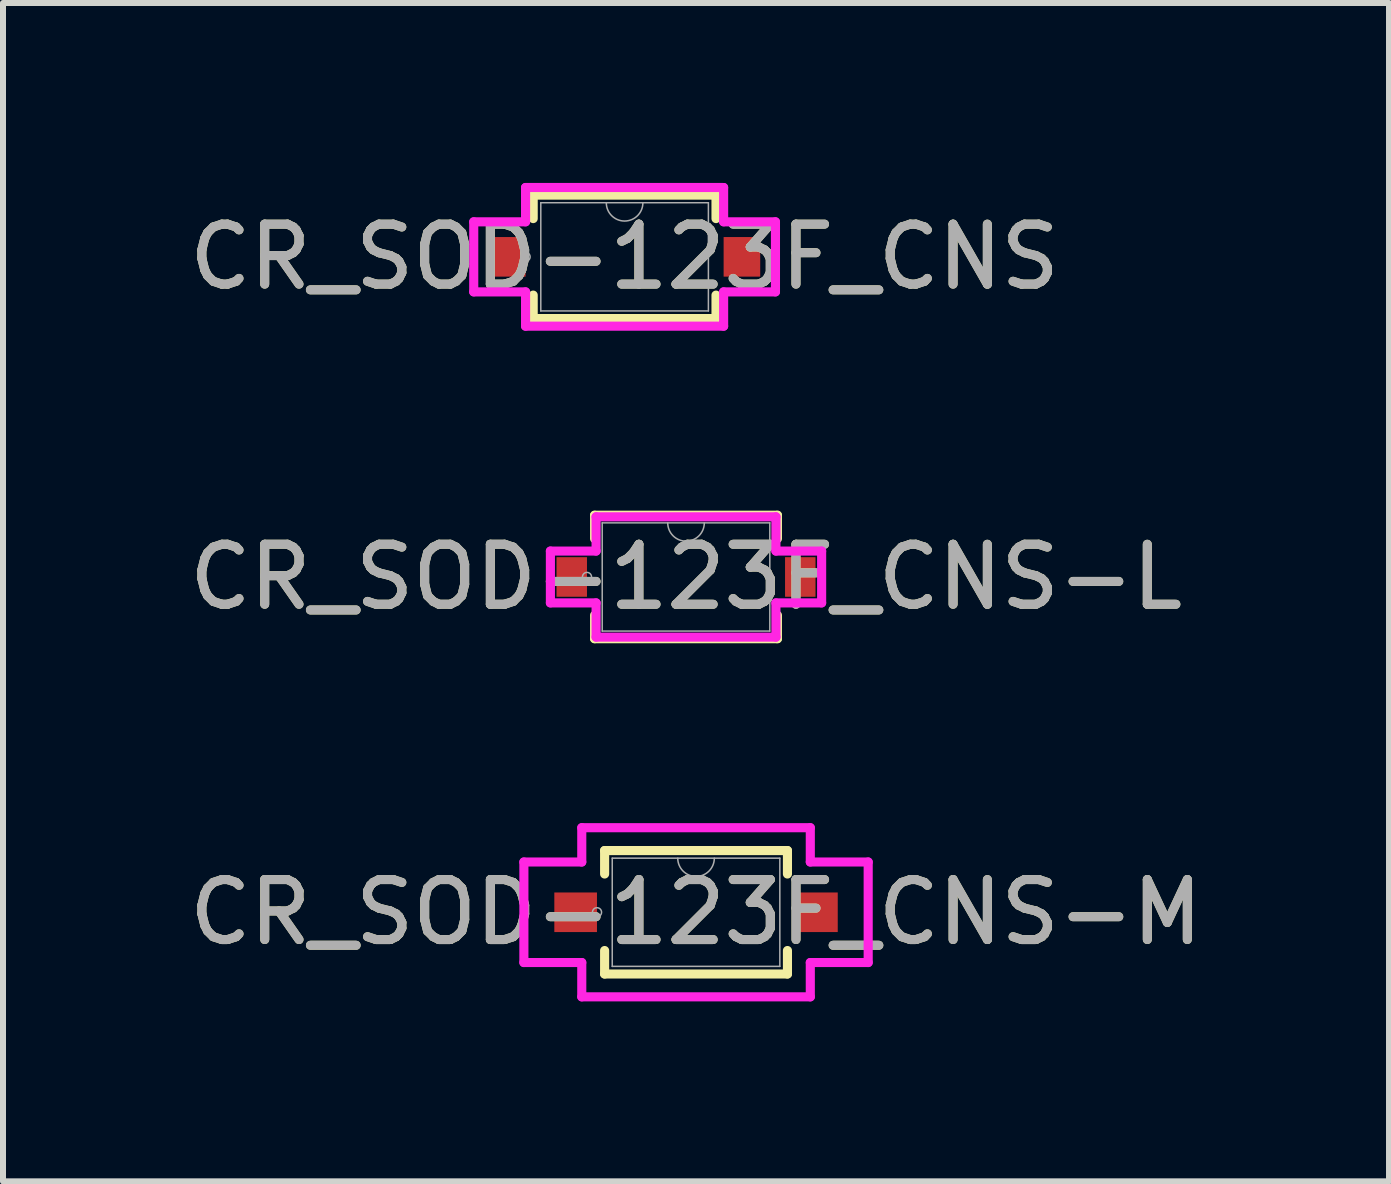
<source format=kicad_pcb>
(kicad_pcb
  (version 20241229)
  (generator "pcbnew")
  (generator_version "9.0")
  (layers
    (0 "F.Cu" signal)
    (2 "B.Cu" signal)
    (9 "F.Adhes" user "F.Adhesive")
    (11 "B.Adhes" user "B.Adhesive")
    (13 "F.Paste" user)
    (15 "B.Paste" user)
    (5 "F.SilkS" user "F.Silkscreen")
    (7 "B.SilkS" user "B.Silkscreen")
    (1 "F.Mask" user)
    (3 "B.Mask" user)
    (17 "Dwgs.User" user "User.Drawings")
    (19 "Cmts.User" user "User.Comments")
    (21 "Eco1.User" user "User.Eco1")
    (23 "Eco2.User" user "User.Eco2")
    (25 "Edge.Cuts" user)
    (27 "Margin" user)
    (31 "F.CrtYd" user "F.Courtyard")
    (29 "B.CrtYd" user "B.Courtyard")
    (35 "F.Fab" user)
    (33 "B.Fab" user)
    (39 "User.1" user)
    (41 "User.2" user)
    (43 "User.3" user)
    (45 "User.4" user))
  (footprint "CR_SOD-123F_CNS-M"
    (layer "F.Cu")
    (at 8.554 12.159)
    (property "Reference" "CR_SOD-123F_CNS-M" (at 0 0 0) (unlocked yes) (layer "F.SilkS") (effects (font (size 1 1) (thickness 0.15))))
    (attr smd)
    (fp_line (start -1.524 -1.029) (end -1.524 -0.638) (stroke (width 0.152) (type solid)) (layer "F.SilkS"))
    (fp_line (start -1.524 0.638) (end -1.524 1.029) (stroke (width 0.152) (type solid)) (layer "F.SilkS"))
    (fp_line (start -1.524 1.029) (end 1.524 1.029) (stroke (width 0.152) (type solid)) (layer "F.SilkS"))
    (fp_line (start 1.524 -1.029) (end -1.524 -1.029) (stroke (width 0.152) (type solid)) (layer "F.SilkS"))
    (fp_line (start 1.524 -0.638) (end 1.524 -1.029) (stroke (width 0.152) (type solid)) (layer "F.SilkS"))
    (fp_line (start 1.524 1.029) (end 1.524 0.638) (stroke (width 0.152) (type solid)) (layer "F.SilkS"))
    (fp_line (start -2.87 -0.838) (end -1.905 -0.838) (stroke (width 0.152) (type solid)) (layer "F.CrtYd"))
    (fp_line (start -2.87 0.838) (end -2.87 -0.838) (stroke (width 0.152) (type solid)) (layer "F.CrtYd"))
    (fp_line (start -2.87 0.838) (end -1.905 0.838) (stroke (width 0.152) (type solid)) (layer "F.CrtYd"))
    (fp_line (start -1.905 -1.41) (end 1.905 -1.41) (stroke (width 0.152) (type solid)) (layer "F.CrtYd"))
    (fp_line (start -1.905 -0.838) (end -1.905 -1.41) (stroke (width 0.152) (type solid)) (layer "F.CrtYd"))
    (fp_line (start -1.905 1.41) (end -1.905 0.838) (stroke (width 0.152) (type solid)) (layer "F.CrtYd"))
    (fp_line (start 1.905 -1.41) (end 1.905 -0.838) (stroke (width 0.152) (type solid)) (layer "F.CrtYd"))
    (fp_line (start 1.905 0.838) (end 1.905 1.41) (stroke (width 0.152) (type solid)) (layer "F.CrtYd"))
    (fp_line (start 1.905 1.41) (end -1.905 1.41) (stroke (width 0.152) (type solid)) (layer "F.CrtYd"))
    (fp_line (start 2.87 -0.838) (end 1.905 -0.838) (stroke (width 0.152) (type solid)) (layer "F.CrtYd"))
    (fp_line (start 2.87 -0.838) (end 2.87 0.838) (stroke (width 0.152) (type solid)) (layer "F.CrtYd"))
    (fp_line (start 2.87 0.838) (end 1.905 0.838) (stroke (width 0.152) (type solid)) (layer "F.CrtYd"))
    (fp_line (start -1.397 -0.902) (end -1.397 0.902) (stroke (width 0.025) (type solid)) (layer "F.Fab"))
    (fp_line (start -1.397 0.902) (end 1.397 0.902) (stroke (width 0.025) (type solid)) (layer "F.Fab"))
    (fp_line (start 1.397 -0.902) (end -1.397 -0.902) (stroke (width 0.025) (type solid)) (layer "F.Fab"))
    (fp_line (start 1.397 0.902) (end 1.397 -0.902) (stroke (width 0.025) (type solid)) (layer "F.Fab"))
    (fp_arc (start 0.3048 -0.9017) (mid 0 -0.5969) (end -0.3048 -0.9017) (stroke (width 0.0254) (type solid)) (layer "F.Fab"))
    (fp_circle (center -1.651 0) (end -1.575 0) (stroke (width 0.025) (type solid)) (fill no) (layer "F.Fab"))
    (fp_text user "${REFERENCE}" (at 0 0 0) (unlocked yes) (layer "F.Fab") (effects (font (size 1 1) (thickness 0.15))))
    (pad "1" smd rect (at -2.007 0) (size 0.711 0.66) (layers "F.Cu" "F.Mask" "F.Paste"))
    (pad "2" smd rect (at 2.007 0) (size 0.711 0.66) (layers "F.Cu" "F.Mask" "F.Paste")))
  (footprint "CR_SOD-123F_CNS-L"
    (layer "F.Cu")
    (at 8.387 6.569)
    (property "Reference" "CR_SOD-123F_CNS-L" (at 0 0 0) (unlocked yes) (layer "F.SilkS") (effects (font (size 1 1) (thickness 0.15))))
    (attr smd)
    (fp_line (start -1.524 -1.029) (end -1.524 -0.638) (stroke (width 0.152) (type solid)) (layer "F.SilkS"))
    (fp_line (start -1.524 0.638) (end -1.524 1.029) (stroke (width 0.152) (type solid)) (layer "F.SilkS"))
    (fp_line (start -1.524 1.029) (end 1.524 1.029) (stroke (width 0.152) (type solid)) (layer "F.SilkS"))
    (fp_line (start 1.524 -1.029) (end -1.524 -1.029) (stroke (width 0.152) (type solid)) (layer "F.SilkS"))
    (fp_line (start 1.524 -0.638) (end 1.524 -1.029) (stroke (width 0.152) (type solid)) (layer "F.SilkS"))
    (fp_line (start 1.524 1.029) (end 1.524 0.638) (stroke (width 0.152) (type solid)) (layer "F.SilkS"))
    (fp_line (start -2.261 -0.432) (end -1.499 -0.432) (stroke (width 0.152) (type solid)) (layer "F.CrtYd"))
    (fp_line (start -2.261 0.432) (end -2.261 -0.432) (stroke (width 0.152) (type solid)) (layer "F.CrtYd"))
    (fp_line (start -2.261 0.432) (end -1.499 0.432) (stroke (width 0.152) (type solid)) (layer "F.CrtYd"))
    (fp_line (start -1.499 -1.003) (end 1.499 -1.003) (stroke (width 0.152) (type solid)) (layer "F.CrtYd"))
    (fp_line (start -1.499 -0.432) (end -1.499 -1.003) (stroke (width 0.152) (type solid)) (layer "F.CrtYd"))
    (fp_line (start -1.499 1.003) (end -1.499 0.432) (stroke (width 0.152) (type solid)) (layer "F.CrtYd"))
    (fp_line (start 1.499 -1.003) (end 1.499 -0.432) (stroke (width 0.152) (type solid)) (layer "F.CrtYd"))
    (fp_line (start 1.499 0.432) (end 1.499 1.003) (stroke (width 0.152) (type solid)) (layer "F.CrtYd"))
    (fp_line (start 1.499 1.003) (end -1.499 1.003) (stroke (width 0.152) (type solid)) (layer "F.CrtYd"))
    (fp_line (start 2.261 -0.432) (end 1.499 -0.432) (stroke (width 0.152) (type solid)) (layer "F.CrtYd"))
    (fp_line (start 2.261 -0.432) (end 2.261 0.432) (stroke (width 0.152) (type solid)) (layer "F.CrtYd"))
    (fp_line (start 2.261 0.432) (end 1.499 0.432) (stroke (width 0.152) (type solid)) (layer "F.CrtYd"))
    (fp_line (start -1.397 -0.902) (end -1.397 0.902) (stroke (width 0.025) (type solid)) (layer "F.Fab"))
    (fp_line (start -1.397 0.902) (end 1.397 0.902) (stroke (width 0.025) (type solid)) (layer "F.Fab"))
    (fp_line (start 1.397 -0.902) (end -1.397 -0.902) (stroke (width 0.025) (type solid)) (layer "F.Fab"))
    (fp_line (start 1.397 0.902) (end 1.397 -0.902) (stroke (width 0.025) (type solid)) (layer "F.Fab"))
    (fp_arc (start 0.3048 -0.9017) (mid 0 -0.5969) (end -0.3048 -0.9017) (stroke (width 0.0254) (type solid)) (layer "F.Fab"))
    (fp_circle (center -1.651 0) (end -1.575 0) (stroke (width 0.025) (type solid)) (fill no) (layer "F.Fab"))
    (fp_text user "${REFERENCE}" (at 0 0 0) (unlocked yes) (layer "F.Fab") (effects (font (size 1 1) (thickness 0.15))))
    (pad "1" smd rect (at -1.905 0) (size 0.508 0.66) (layers "F.Cu" "F.Mask" "F.Paste"))
    (pad "2" smd rect (at 1.905 0) (size 0.508 0.66) (layers "F.Cu" "F.Mask" "F.Paste")))
  (footprint "CR_SOD-123F_CNS"
    (layer "F.Cu")
    (at 7.363 1.232)
    (property "Reference" "CR_SOD-123F_CNS" (at 0 0 0) (unlocked yes) (layer "F.SilkS") (effects (font (size 1 1) (thickness 0.15))))
    (attr smd)
    (fp_line (start -1.524 -1.029) (end -1.524 -0.638) (stroke (width 0.152) (type solid)) (layer "F.SilkS"))
    (fp_line (start -1.524 0.638) (end -1.524 1.029) (stroke (width 0.152) (type solid)) (layer "F.SilkS"))
    (fp_line (start -1.524 1.029) (end 1.524 1.029) (stroke (width 0.152) (type solid)) (layer "F.SilkS"))
    (fp_line (start 1.524 -1.029) (end -1.524 -1.029) (stroke (width 0.152) (type solid)) (layer "F.SilkS"))
    (fp_line (start 1.524 -0.638) (end 1.524 -1.029) (stroke (width 0.152) (type solid)) (layer "F.SilkS"))
    (fp_line (start 1.524 1.029) (end 1.524 0.638) (stroke (width 0.152) (type solid)) (layer "F.SilkS"))
    (fp_line (start -2.515 -0.584) (end -1.651 -0.584) (stroke (width 0.152) (type solid)) (layer "F.CrtYd"))
    (fp_line (start -2.515 0.584) (end -2.515 -0.584) (stroke (width 0.152) (type solid)) (layer "F.CrtYd"))
    (fp_line (start -2.515 0.584) (end -1.651 0.584) (stroke (width 0.152) (type solid)) (layer "F.CrtYd"))
    (fp_line (start -1.651 -1.156) (end 1.651 -1.156) (stroke (width 0.152) (type solid)) (layer "F.CrtYd"))
    (fp_line (start -1.651 -0.584) (end -1.651 -1.156) (stroke (width 0.152) (type solid)) (layer "F.CrtYd"))
    (fp_line (start -1.651 1.156) (end -1.651 0.584) (stroke (width 0.152) (type solid)) (layer "F.CrtYd"))
    (fp_line (start 1.651 -1.156) (end 1.651 -0.584) (stroke (width 0.152) (type solid)) (layer "F.CrtYd"))
    (fp_line (start 1.651 0.584) (end 1.651 1.156) (stroke (width 0.152) (type solid)) (layer "F.CrtYd"))
    (fp_line (start 1.651 1.156) (end -1.651 1.156) (stroke (width 0.152) (type solid)) (layer "F.CrtYd"))
    (fp_line (start 2.515 -0.584) (end 1.651 -0.584) (stroke (width 0.152) (type solid)) (layer "F.CrtYd"))
    (fp_line (start 2.515 -0.584) (end 2.515 0.584) (stroke (width 0.152) (type solid)) (layer "F.CrtYd"))
    (fp_line (start 2.515 0.584) (end 1.651 0.584) (stroke (width 0.152) (type solid)) (layer "F.CrtYd"))
    (fp_line (start -1.397 -0.902) (end -1.397 0.902) (stroke (width 0.025) (type solid)) (layer "F.Fab"))
    (fp_line (start -1.397 0.902) (end 1.397 0.902) (stroke (width 0.025) (type solid)) (layer "F.Fab"))
    (fp_line (start 1.397 -0.902) (end -1.397 -0.902) (stroke (width 0.025) (type solid)) (layer "F.Fab"))
    (fp_line (start 1.397 0.902) (end 1.397 -0.902) (stroke (width 0.025) (type solid)) (layer "F.Fab"))
    (fp_arc (start 0.3048 -0.9017) (mid 0 -0.5969) (end -0.3048 -0.9017) (stroke (width 0.0254) (type solid)) (layer "F.Fab"))
    (fp_circle (center -1.651 0) (end -1.575 0) (stroke (width 0.025) (type solid)) (fill no) (layer "F.Fab"))
    (fp_text user "${REFERENCE}" (at 0 0 0) (unlocked yes) (layer "F.Fab") (effects (font (size 1 1) (thickness 0.15))))
    (pad "1" smd rect (at -1.956 0) (size 0.61 0.66) (layers "F.Cu" "F.Mask" "F.Paste"))
    (pad "2" smd rect (at 1.956 0) (size 0.61 0.66) (layers "F.Cu" "F.Mask" "F.Paste")))
  (gr_rect
    (start -3 -3)
    (end 20.107 16.645)
    (stroke (width 0.1) (type default))
    (fill no)
    (layer "Edge.Cuts")))
</source>
